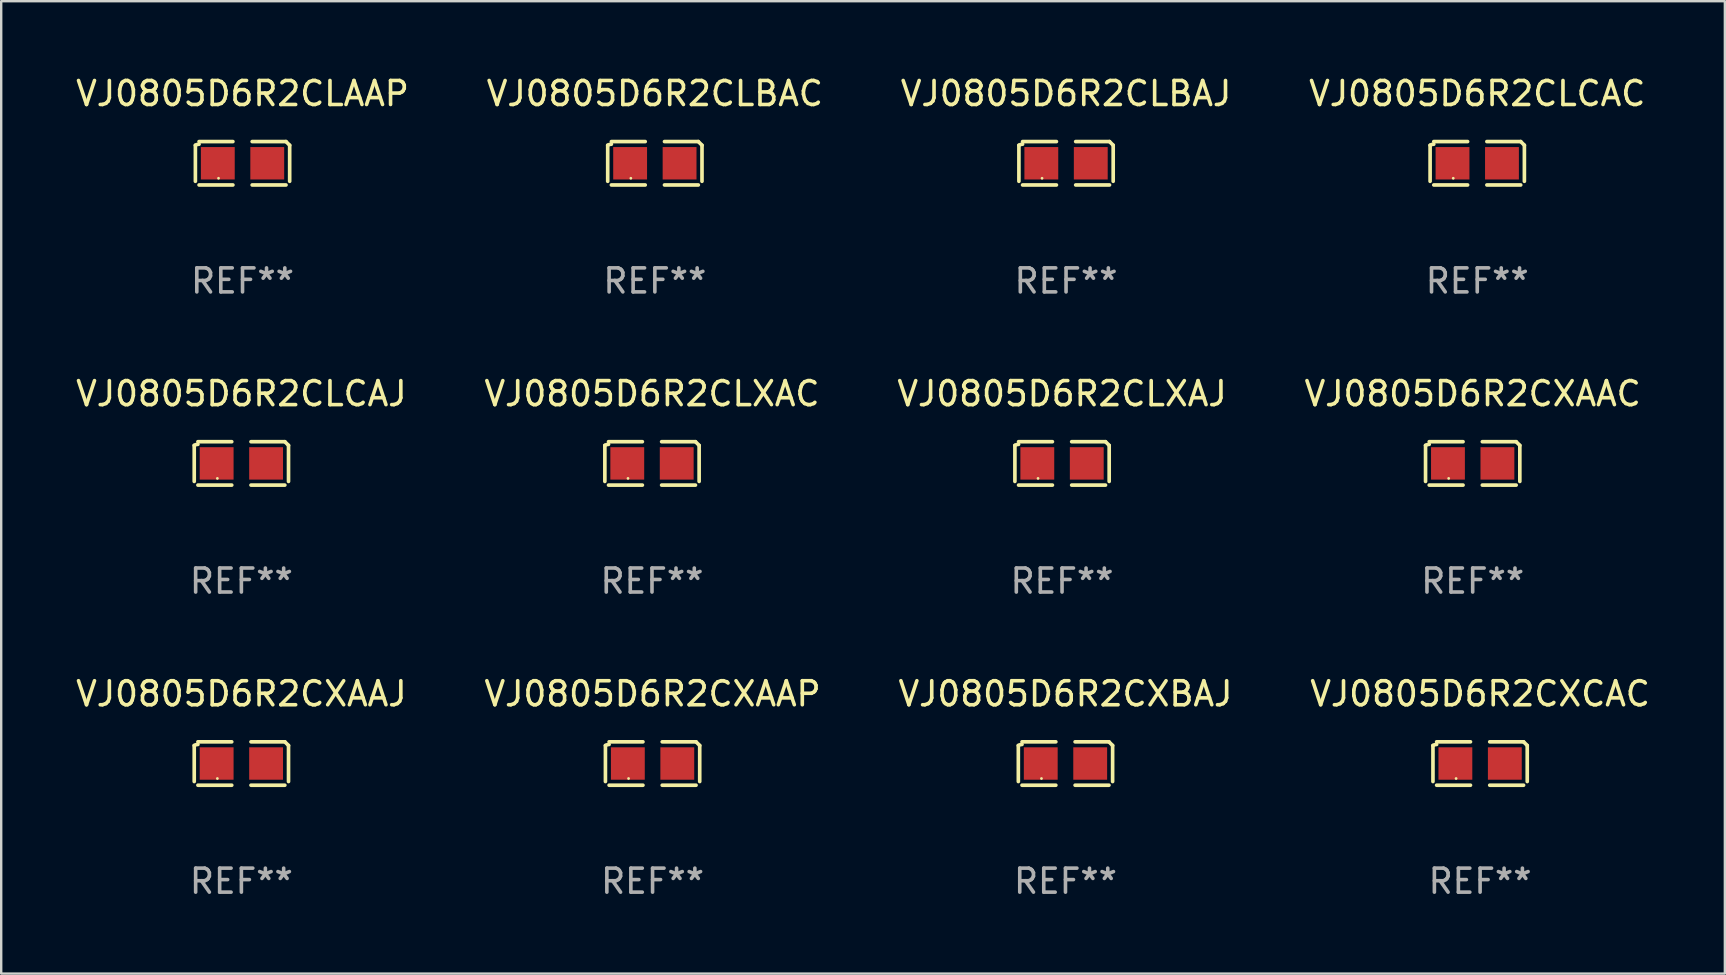
<source format=kicad_pcb>
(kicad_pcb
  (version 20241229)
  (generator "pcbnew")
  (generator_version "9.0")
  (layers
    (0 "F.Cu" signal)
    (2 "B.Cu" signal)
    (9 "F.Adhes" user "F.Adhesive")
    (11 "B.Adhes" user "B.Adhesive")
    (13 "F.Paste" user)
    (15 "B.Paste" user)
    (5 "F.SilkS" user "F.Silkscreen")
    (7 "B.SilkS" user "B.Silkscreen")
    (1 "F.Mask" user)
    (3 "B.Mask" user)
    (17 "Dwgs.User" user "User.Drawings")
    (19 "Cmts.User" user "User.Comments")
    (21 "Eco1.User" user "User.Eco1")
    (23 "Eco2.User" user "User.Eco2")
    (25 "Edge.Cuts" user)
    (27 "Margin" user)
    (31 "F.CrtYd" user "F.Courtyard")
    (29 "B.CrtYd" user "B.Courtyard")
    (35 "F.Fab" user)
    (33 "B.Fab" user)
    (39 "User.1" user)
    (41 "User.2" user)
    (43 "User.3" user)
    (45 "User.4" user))
  (footprint "VJ0805D6R2CLBAC"
    (layer "F.Cu")
    (at 24.232 3.752)
    (property "Reference" "VJ0805D6R2CLBAC" (at 0 -2.904 0) (layer "F.SilkS") (effects (font (size 1 1) (thickness 0.15))))
    (attr through_hole)
    (fp_line (start -1.964 0.751) (end -1.964 -0.751) (stroke (width 0.152) (type solid)) (layer "F.SilkS"))
    (fp_line (start -1.811 -0.904) (end -0.401 -0.904) (stroke (width 0.152) (type solid)) (layer "F.SilkS"))
    (fp_line (start -0.401 0.904) (end -1.811 0.904) (stroke (width 0.152) (type solid)) (layer "F.SilkS"))
    (fp_line (start 0.401 0.904) (end 1.811 0.904) (stroke (width 0.152) (type solid)) (layer "F.SilkS"))
    (fp_line (start 1.811 -0.904) (end 0.401 -0.904) (stroke (width 0.152) (type solid)) (layer "F.SilkS"))
    (fp_line (start 1.964 0.751) (end 1.964 -0.751) (stroke (width 0.152) (type solid)) (layer "F.SilkS"))
    (fp_arc (start -1.963602 -0.751207) (mid -1.890354 -0.783131) (end -1.811201 -0.794044) (stroke (width 0.1524) (type solid)) (layer "F.SilkS"))
    (fp_arc (start 1.811202 -0.903607) (mid 1.887413 -0.827418) (end 1.963602 -0.751207) (stroke (width 0.1524) (type solid)) (layer "F.SilkS"))
    (fp_circle (center -1 0.625) (end -0.97 0.625) (stroke (width 0.06) (type solid)) (fill no) (layer "F.SilkS"))
    (fp_text user "REF**" (at 0 4.904 0) (layer "F.Fab") (effects (font (size 1 1) (thickness 0.15))))
    (pad "1" smd rect (at -1.03 0) (size 1.41 1.35) (layers "F.Cu" "F.Mask" "F.Paste"))
    (pad "2" smd rect (at 1.03 0) (size 1.41 1.35) (layers "F.Cu" "F.Mask" "F.Paste")))
  (footprint "VJ0805D6R2CLXAJ"
    (layer "F.Cu")
    (at 41.196 16.256)
    (property "Reference" "VJ0805D6R2CLXAJ" (at 0 -2.904 0) (layer "F.SilkS") (effects (font (size 1 1) (thickness 0.15))))
    (attr through_hole)
    (fp_line (start -1.964 0.751) (end -1.964 -0.751) (stroke (width 0.152) (type solid)) (layer "F.SilkS"))
    (fp_line (start -1.811 -0.904) (end -0.401 -0.904) (stroke (width 0.152) (type solid)) (layer "F.SilkS"))
    (fp_line (start -0.401 0.904) (end -1.811 0.904) (stroke (width 0.152) (type solid)) (layer "F.SilkS"))
    (fp_line (start 0.401 0.904) (end 1.811 0.904) (stroke (width 0.152) (type solid)) (layer "F.SilkS"))
    (fp_line (start 1.811 -0.904) (end 0.401 -0.904) (stroke (width 0.152) (type solid)) (layer "F.SilkS"))
    (fp_line (start 1.964 0.751) (end 1.964 -0.751) (stroke (width 0.152) (type solid)) (layer "F.SilkS"))
    (fp_arc (start -1.963602 -0.751207) (mid -1.890354 -0.783131) (end -1.811201 -0.794044) (stroke (width 0.1524) (type solid)) (layer "F.SilkS"))
    (fp_arc (start 1.811202 -0.903607) (mid 1.887413 -0.827418) (end 1.963602 -0.751207) (stroke (width 0.1524) (type solid)) (layer "F.SilkS"))
    (fp_circle (center -1 0.625) (end -0.97 0.625) (stroke (width 0.06) (type solid)) (fill no) (layer "F.SilkS"))
    (fp_text user "REF**" (at 0 4.904 0) (layer "F.Fab") (effects (font (size 1 1) (thickness 0.15))))
    (pad "1" smd rect (at -1.03 0) (size 1.41 1.35) (layers "F.Cu" "F.Mask" "F.Paste"))
    (pad "2" smd rect (at 1.03 0) (size 1.41 1.35) (layers "F.Cu" "F.Mask" "F.Paste")))
  (footprint "VJ0805D6R2CLCAC"
    (layer "F.Cu")
    (at 58.494 3.752)
    (property "Reference" "VJ0805D6R2CLCAC" (at 0 -2.904 0) (layer "F.SilkS") (effects (font (size 1 1) (thickness 0.15))))
    (attr through_hole)
    (fp_line (start -1.964 0.751) (end -1.964 -0.751) (stroke (width 0.152) (type solid)) (layer "F.SilkS"))
    (fp_line (start -1.811 -0.904) (end -0.401 -0.904) (stroke (width 0.152) (type solid)) (layer "F.SilkS"))
    (fp_line (start -0.401 0.904) (end -1.811 0.904) (stroke (width 0.152) (type solid)) (layer "F.SilkS"))
    (fp_line (start 0.401 0.904) (end 1.811 0.904) (stroke (width 0.152) (type solid)) (layer "F.SilkS"))
    (fp_line (start 1.811 -0.904) (end 0.401 -0.904) (stroke (width 0.152) (type solid)) (layer "F.SilkS"))
    (fp_line (start 1.964 0.751) (end 1.964 -0.751) (stroke (width 0.152) (type solid)) (layer "F.SilkS"))
    (fp_arc (start -1.963602 -0.751207) (mid -1.890354 -0.783131) (end -1.811201 -0.794044) (stroke (width 0.1524) (type solid)) (layer "F.SilkS"))
    (fp_arc (start 1.811202 -0.903607) (mid 1.887413 -0.827418) (end 1.963602 -0.751207) (stroke (width 0.1524) (type solid)) (layer "F.SilkS"))
    (fp_circle (center -1 0.625) (end -0.97 0.625) (stroke (width 0.06) (type solid)) (fill no) (layer "F.SilkS"))
    (fp_text user "REF**" (at 0 4.904 0) (layer "F.Fab") (effects (font (size 1 1) (thickness 0.15))))
    (pad "1" smd rect (at -1.03 0) (size 1.41 1.35) (layers "F.Cu" "F.Mask" "F.Paste"))
    (pad "2" smd rect (at 1.03 0) (size 1.41 1.35) (layers "F.Cu" "F.Mask" "F.Paste")))
  (footprint "VJ0805D6R2CXAAJ"
    (layer "F.Cu")
    (at 7.006 28.759)
    (property "Reference" "VJ0805D6R2CXAAJ" (at 0 -2.904 0) (layer "F.SilkS") (effects (font (size 1 1) (thickness 0.15))))
    (attr through_hole)
    (fp_line (start -1.964 0.751) (end -1.964 -0.751) (stroke (width 0.152) (type solid)) (layer "F.SilkS"))
    (fp_line (start -1.811 -0.904) (end -0.401 -0.904) (stroke (width 0.152) (type solid)) (layer "F.SilkS"))
    (fp_line (start -0.401 0.904) (end -1.811 0.904) (stroke (width 0.152) (type solid)) (layer "F.SilkS"))
    (fp_line (start 0.401 0.904) (end 1.811 0.904) (stroke (width 0.152) (type solid)) (layer "F.SilkS"))
    (fp_line (start 1.811 -0.904) (end 0.401 -0.904) (stroke (width 0.152) (type solid)) (layer "F.SilkS"))
    (fp_line (start 1.964 0.751) (end 1.964 -0.751) (stroke (width 0.152) (type solid)) (layer "F.SilkS"))
    (fp_arc (start -1.963602 -0.751207) (mid -1.890354 -0.783131) (end -1.811201 -0.794044) (stroke (width 0.1524) (type solid)) (layer "F.SilkS"))
    (fp_arc (start 1.811202 -0.903607) (mid 1.887413 -0.827418) (end 1.963602 -0.751207) (stroke (width 0.1524) (type solid)) (layer "F.SilkS"))
    (fp_circle (center -1 0.625) (end -0.97 0.625) (stroke (width 0.06) (type solid)) (fill no) (layer "F.SilkS"))
    (fp_text user "REF**" (at 0 4.904 0) (layer "F.Fab") (effects (font (size 1 1) (thickness 0.15))))
    (pad "1" smd rect (at -1.03 0) (size 1.41 1.35) (layers "F.Cu" "F.Mask" "F.Paste"))
    (pad "2" smd rect (at 1.03 0) (size 1.41 1.35) (layers "F.Cu" "F.Mask" "F.Paste")))
  (footprint "VJ0805D6R2CLXAC"
    (layer "F.Cu")
    (at 24.113 16.256)
    (property "Reference" "VJ0805D6R2CLXAC" (at 0 -2.904 0) (layer "F.SilkS") (effects (font (size 1 1) (thickness 0.15))))
    (attr through_hole)
    (fp_line (start -1.964 0.751) (end -1.964 -0.751) (stroke (width 0.152) (type solid)) (layer "F.SilkS"))
    (fp_line (start -1.811 -0.904) (end -0.401 -0.904) (stroke (width 0.152) (type solid)) (layer "F.SilkS"))
    (fp_line (start -0.401 0.904) (end -1.811 0.904) (stroke (width 0.152) (type solid)) (layer "F.SilkS"))
    (fp_line (start 0.401 0.904) (end 1.811 0.904) (stroke (width 0.152) (type solid)) (layer "F.SilkS"))
    (fp_line (start 1.811 -0.904) (end 0.401 -0.904) (stroke (width 0.152) (type solid)) (layer "F.SilkS"))
    (fp_line (start 1.964 0.751) (end 1.964 -0.751) (stroke (width 0.152) (type solid)) (layer "F.SilkS"))
    (fp_arc (start -1.963602 -0.751207) (mid -1.890354 -0.783131) (end -1.811201 -0.794044) (stroke (width 0.1524) (type solid)) (layer "F.SilkS"))
    (fp_arc (start 1.811202 -0.903607) (mid 1.887413 -0.827418) (end 1.963602 -0.751207) (stroke (width 0.1524) (type solid)) (layer "F.SilkS"))
    (fp_circle (center -1 0.625) (end -0.97 0.625) (stroke (width 0.06) (type solid)) (fill no) (layer "F.SilkS"))
    (fp_text user "REF**" (at 0 4.904 0) (layer "F.Fab") (effects (font (size 1 1) (thickness 0.15))))
    (pad "1" smd rect (at -1.03 0) (size 1.41 1.35) (layers "F.Cu" "F.Mask" "F.Paste"))
    (pad "2" smd rect (at 1.03 0) (size 1.41 1.35) (layers "F.Cu" "F.Mask" "F.Paste")))
  (footprint "VJ0805D6R2CLCAJ"
    (layer "F.Cu")
    (at 7.006 16.256)
    (property "Reference" "VJ0805D6R2CLCAJ" (at 0 -2.904 0) (layer "F.SilkS") (effects (font (size 1 1) (thickness 0.15))))
    (attr through_hole)
    (fp_line (start -1.964 0.751) (end -1.964 -0.751) (stroke (width 0.152) (type solid)) (layer "F.SilkS"))
    (fp_line (start -1.811 -0.904) (end -0.401 -0.904) (stroke (width 0.152) (type solid)) (layer "F.SilkS"))
    (fp_line (start -0.401 0.904) (end -1.811 0.904) (stroke (width 0.152) (type solid)) (layer "F.SilkS"))
    (fp_line (start 0.401 0.904) (end 1.811 0.904) (stroke (width 0.152) (type solid)) (layer "F.SilkS"))
    (fp_line (start 1.811 -0.904) (end 0.401 -0.904) (stroke (width 0.152) (type solid)) (layer "F.SilkS"))
    (fp_line (start 1.964 0.751) (end 1.964 -0.751) (stroke (width 0.152) (type solid)) (layer "F.SilkS"))
    (fp_arc (start -1.963602 -0.751207) (mid -1.890354 -0.783131) (end -1.811201 -0.794044) (stroke (width 0.1524) (type solid)) (layer "F.SilkS"))
    (fp_arc (start 1.811202 -0.903607) (mid 1.887413 -0.827418) (end 1.963602 -0.751207) (stroke (width 0.1524) (type solid)) (layer "F.SilkS"))
    (fp_circle (center -1 0.625) (end -0.97 0.625) (stroke (width 0.06) (type solid)) (fill no) (layer "F.SilkS"))
    (fp_text user "REF**" (at 0 4.904 0) (layer "F.Fab") (effects (font (size 1 1) (thickness 0.15))))
    (pad "1" smd rect (at -1.03 0) (size 1.41 1.35) (layers "F.Cu" "F.Mask" "F.Paste"))
    (pad "2" smd rect (at 1.03 0) (size 1.41 1.35) (layers "F.Cu" "F.Mask" "F.Paste")))
  (footprint "VJ0805D6R2CXCAC"
    (layer "F.Cu")
    (at 58.613 28.759)
    (property "Reference" "VJ0805D6R2CXCAC" (at 0 -2.904 0) (layer "F.SilkS") (effects (font (size 1 1) (thickness 0.15))))
    (attr through_hole)
    (fp_line (start -1.964 0.751) (end -1.964 -0.751) (stroke (width 0.152) (type solid)) (layer "F.SilkS"))
    (fp_line (start -1.811 -0.904) (end -0.401 -0.904) (stroke (width 0.152) (type solid)) (layer "F.SilkS"))
    (fp_line (start -0.401 0.904) (end -1.811 0.904) (stroke (width 0.152) (type solid)) (layer "F.SilkS"))
    (fp_line (start 0.401 0.904) (end 1.811 0.904) (stroke (width 0.152) (type solid)) (layer "F.SilkS"))
    (fp_line (start 1.811 -0.904) (end 0.401 -0.904) (stroke (width 0.152) (type solid)) (layer "F.SilkS"))
    (fp_line (start 1.964 0.751) (end 1.964 -0.751) (stroke (width 0.152) (type solid)) (layer "F.SilkS"))
    (fp_arc (start -1.963602 -0.751207) (mid -1.890354 -0.783131) (end -1.811201 -0.794044) (stroke (width 0.1524) (type solid)) (layer "F.SilkS"))
    (fp_arc (start 1.811202 -0.903607) (mid 1.887413 -0.827418) (end 1.963602 -0.751207) (stroke (width 0.1524) (type solid)) (layer "F.SilkS"))
    (fp_circle (center -1 0.625) (end -0.97 0.625) (stroke (width 0.06) (type solid)) (fill no) (layer "F.SilkS"))
    (fp_text user "REF**" (at 0 4.904 0) (layer "F.Fab") (effects (font (size 1 1) (thickness 0.15))))
    (pad "1" smd rect (at -1.03 0) (size 1.41 1.35) (layers "F.Cu" "F.Mask" "F.Paste"))
    (pad "2" smd rect (at 1.03 0) (size 1.41 1.35) (layers "F.Cu" "F.Mask" "F.Paste")))
  (footprint "VJ0805D6R2CXAAC"
    (layer "F.Cu")
    (at 58.304 16.256)
    (property "Reference" "VJ0805D6R2CXAAC" (at 0 -2.904 0) (layer "F.SilkS") (effects (font (size 1 1) (thickness 0.15))))
    (attr through_hole)
    (fp_line (start -1.964 0.751) (end -1.964 -0.751) (stroke (width 0.152) (type solid)) (layer "F.SilkS"))
    (fp_line (start -1.811 -0.904) (end -0.401 -0.904) (stroke (width 0.152) (type solid)) (layer "F.SilkS"))
    (fp_line (start -0.401 0.904) (end -1.811 0.904) (stroke (width 0.152) (type solid)) (layer "F.SilkS"))
    (fp_line (start 0.401 0.904) (end 1.811 0.904) (stroke (width 0.152) (type solid)) (layer "F.SilkS"))
    (fp_line (start 1.811 -0.904) (end 0.401 -0.904) (stroke (width 0.152) (type solid)) (layer "F.SilkS"))
    (fp_line (start 1.964 0.751) (end 1.964 -0.751) (stroke (width 0.152) (type solid)) (layer "F.SilkS"))
    (fp_arc (start -1.963602 -0.751207) (mid -1.890354 -0.783131) (end -1.811201 -0.794044) (stroke (width 0.1524) (type solid)) (layer "F.SilkS"))
    (fp_arc (start 1.811202 -0.903607) (mid 1.887413 -0.827418) (end 1.963602 -0.751207) (stroke (width 0.1524) (type solid)) (layer "F.SilkS"))
    (fp_circle (center -1 0.625) (end -0.97 0.625) (stroke (width 0.06) (type solid)) (fill no) (layer "F.SilkS"))
    (fp_text user "REF**" (at 0 4.904 0) (layer "F.Fab") (effects (font (size 1 1) (thickness 0.15))))
    (pad "1" smd rect (at -1.03 0) (size 1.41 1.35) (layers "F.Cu" "F.Mask" "F.Paste"))
    (pad "2" smd rect (at 1.03 0) (size 1.41 1.35) (layers "F.Cu" "F.Mask" "F.Paste")))
  (footprint "VJ0805D6R2CXAAP"
    (layer "F.Cu")
    (at 24.137 28.759)
    (property "Reference" "VJ0805D6R2CXAAP" (at 0 -2.904 0) (layer "F.SilkS") (effects (font (size 1 1) (thickness 0.15))))
    (attr through_hole)
    (fp_line (start -1.964 0.751) (end -1.964 -0.751) (stroke (width 0.152) (type solid)) (layer "F.SilkS"))
    (fp_line (start -1.811 -0.904) (end -0.401 -0.904) (stroke (width 0.152) (type solid)) (layer "F.SilkS"))
    (fp_line (start -0.401 0.904) (end -1.811 0.904) (stroke (width 0.152) (type solid)) (layer "F.SilkS"))
    (fp_line (start 0.401 0.904) (end 1.811 0.904) (stroke (width 0.152) (type solid)) (layer "F.SilkS"))
    (fp_line (start 1.811 -0.904) (end 0.401 -0.904) (stroke (width 0.152) (type solid)) (layer "F.SilkS"))
    (fp_line (start 1.964 0.751) (end 1.964 -0.751) (stroke (width 0.152) (type solid)) (layer "F.SilkS"))
    (fp_arc (start -1.963602 -0.751207) (mid -1.890354 -0.783131) (end -1.811201 -0.794044) (stroke (width 0.1524) (type solid)) (layer "F.SilkS"))
    (fp_arc (start 1.811202 -0.903607) (mid 1.887413 -0.827418) (end 1.963602 -0.751207) (stroke (width 0.1524) (type solid)) (layer "F.SilkS"))
    (fp_circle (center -1 0.625) (end -0.97 0.625) (stroke (width 0.06) (type solid)) (fill no) (layer "F.SilkS"))
    (fp_text user "REF**" (at 0 4.904 0) (layer "F.Fab") (effects (font (size 1 1) (thickness 0.15))))
    (pad "1" smd rect (at -1.03 0) (size 1.41 1.35) (layers "F.Cu" "F.Mask" "F.Paste"))
    (pad "2" smd rect (at 1.03 0) (size 1.41 1.35) (layers "F.Cu" "F.Mask" "F.Paste")))
  (footprint "VJ0805D6R2CLAAP"
    (layer "F.Cu")
    (at 7.054 3.752)
    (property "Reference" "VJ0805D6R2CLAAP" (at 0 -2.904 0) (layer "F.SilkS") (effects (font (size 1 1) (thickness 0.15))))
    (attr through_hole)
    (fp_line (start -1.964 0.751) (end -1.964 -0.751) (stroke (width 0.152) (type solid)) (layer "F.SilkS"))
    (fp_line (start -1.811 -0.904) (end -0.401 -0.904) (stroke (width 0.152) (type solid)) (layer "F.SilkS"))
    (fp_line (start -0.401 0.904) (end -1.811 0.904) (stroke (width 0.152) (type solid)) (layer "F.SilkS"))
    (fp_line (start 0.401 0.904) (end 1.811 0.904) (stroke (width 0.152) (type solid)) (layer "F.SilkS"))
    (fp_line (start 1.811 -0.904) (end 0.401 -0.904) (stroke (width 0.152) (type solid)) (layer "F.SilkS"))
    (fp_line (start 1.964 0.751) (end 1.964 -0.751) (stroke (width 0.152) (type solid)) (layer "F.SilkS"))
    (fp_arc (start -1.963602 -0.751207) (mid -1.890354 -0.783131) (end -1.811201 -0.794044) (stroke (width 0.1524) (type solid)) (layer "F.SilkS"))
    (fp_arc (start 1.811202 -0.903607) (mid 1.887413 -0.827418) (end 1.963602 -0.751207) (stroke (width 0.1524) (type solid)) (layer "F.SilkS"))
    (fp_circle (center -1 0.625) (end -0.97 0.625) (stroke (width 0.06) (type solid)) (fill no) (layer "F.SilkS"))
    (fp_text user "REF**" (at 0 4.904 0) (layer "F.Fab") (effects (font (size 1 1) (thickness 0.15))))
    (pad "1" smd rect (at -1.03 0) (size 1.41 1.35) (layers "F.Cu" "F.Mask" "F.Paste"))
    (pad "2" smd rect (at 1.03 0) (size 1.41 1.35) (layers "F.Cu" "F.Mask" "F.Paste")))
  (footprint "VJ0805D6R2CXBAJ"
    (layer "F.Cu")
    (at 41.339 28.759)
    (property "Reference" "VJ0805D6R2CXBAJ" (at 0 -2.904 0) (layer "F.SilkS") (effects (font (size 1 1) (thickness 0.15))))
    (attr through_hole)
    (fp_line (start -1.964 0.751) (end -1.964 -0.751) (stroke (width 0.152) (type solid)) (layer "F.SilkS"))
    (fp_line (start -1.811 -0.904) (end -0.401 -0.904) (stroke (width 0.152) (type solid)) (layer "F.SilkS"))
    (fp_line (start -0.401 0.904) (end -1.811 0.904) (stroke (width 0.152) (type solid)) (layer "F.SilkS"))
    (fp_line (start 0.401 0.904) (end 1.811 0.904) (stroke (width 0.152) (type solid)) (layer "F.SilkS"))
    (fp_line (start 1.811 -0.904) (end 0.401 -0.904) (stroke (width 0.152) (type solid)) (layer "F.SilkS"))
    (fp_line (start 1.964 0.751) (end 1.964 -0.751) (stroke (width 0.152) (type solid)) (layer "F.SilkS"))
    (fp_arc (start -1.963602 -0.751207) (mid -1.890354 -0.783131) (end -1.811201 -0.794044) (stroke (width 0.1524) (type solid)) (layer "F.SilkS"))
    (fp_arc (start 1.811202 -0.903607) (mid 1.887413 -0.827418) (end 1.963602 -0.751207) (stroke (width 0.1524) (type solid)) (layer "F.SilkS"))
    (fp_circle (center -1 0.625) (end -0.97 0.625) (stroke (width 0.06) (type solid)) (fill no) (layer "F.SilkS"))
    (fp_text user "REF**" (at 0 4.904 0) (layer "F.Fab") (effects (font (size 1 1) (thickness 0.15))))
    (pad "1" smd rect (at -1.03 0) (size 1.41 1.35) (layers "F.Cu" "F.Mask" "F.Paste"))
    (pad "2" smd rect (at 1.03 0) (size 1.41 1.35) (layers "F.Cu" "F.Mask" "F.Paste")))
  (footprint "VJ0805D6R2CLBAJ"
    (layer "F.Cu")
    (at 41.363 3.752)
    (property "Reference" "VJ0805D6R2CLBAJ" (at 0 -2.904 0) (layer "F.SilkS") (effects (font (size 1 1) (thickness 0.15))))
    (attr through_hole)
    (fp_line (start -1.964 0.751) (end -1.964 -0.751) (stroke (width 0.152) (type solid)) (layer "F.SilkS"))
    (fp_line (start -1.811 -0.904) (end -0.401 -0.904) (stroke (width 0.152) (type solid)) (layer "F.SilkS"))
    (fp_line (start -0.401 0.904) (end -1.811 0.904) (stroke (width 0.152) (type solid)) (layer "F.SilkS"))
    (fp_line (start 0.401 0.904) (end 1.811 0.904) (stroke (width 0.152) (type solid)) (layer "F.SilkS"))
    (fp_line (start 1.811 -0.904) (end 0.401 -0.904) (stroke (width 0.152) (type solid)) (layer "F.SilkS"))
    (fp_line (start 1.964 0.751) (end 1.964 -0.751) (stroke (width 0.152) (type solid)) (layer "F.SilkS"))
    (fp_arc (start -1.963602 -0.751207) (mid -1.890354 -0.783131) (end -1.811201 -0.794044) (stroke (width 0.1524) (type solid)) (layer "F.SilkS"))
    (fp_arc (start 1.811202 -0.903607) (mid 1.887413 -0.827418) (end 1.963602 -0.751207) (stroke (width 0.1524) (type solid)) (layer "F.SilkS"))
    (fp_circle (center -1 0.625) (end -0.97 0.625) (stroke (width 0.06) (type solid)) (fill no) (layer "F.SilkS"))
    (fp_text user "REF**" (at 0 4.904 0) (layer "F.Fab") (effects (font (size 1 1) (thickness 0.15))))
    (pad "1" smd rect (at -1.03 0) (size 1.41 1.35) (layers "F.Cu" "F.Mask" "F.Paste"))
    (pad "2" smd rect (at 1.03 0) (size 1.41 1.35) (layers "F.Cu" "F.Mask" "F.Paste")))
  (gr_rect
    (start -3 -3)
    (end 68.81 37.511)
    (stroke (width 0.1) (type default))
    (fill no)
    (layer "Edge.Cuts")))
</source>
